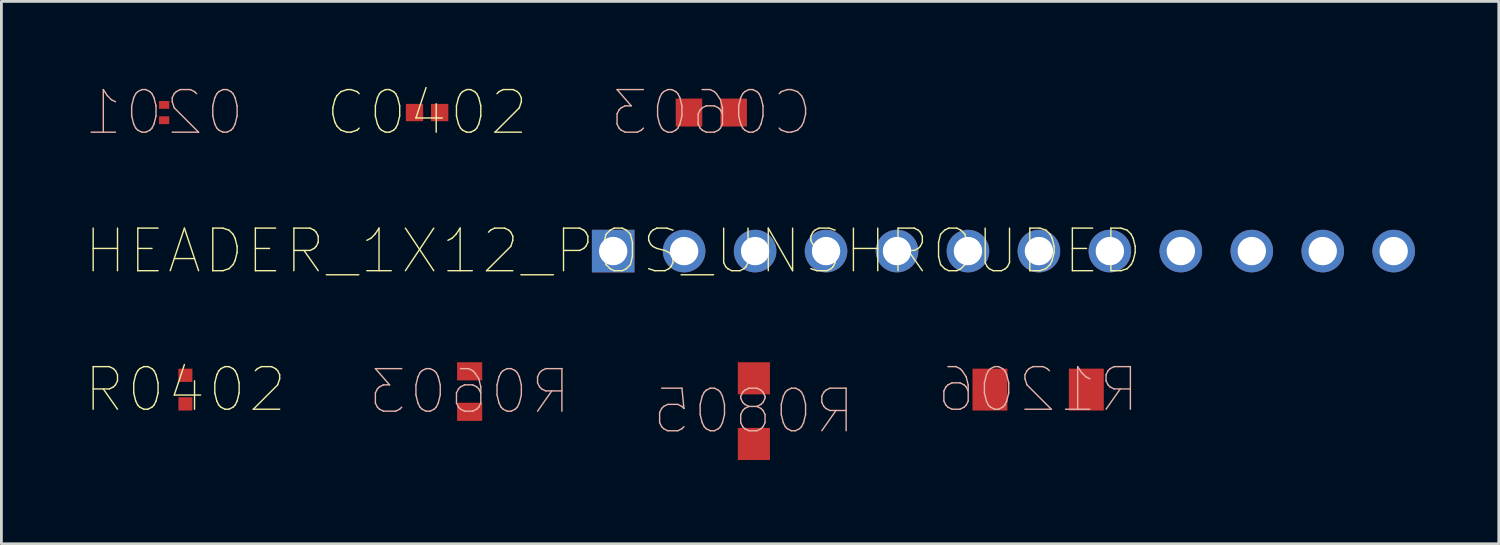
<source format=kicad_pcb>
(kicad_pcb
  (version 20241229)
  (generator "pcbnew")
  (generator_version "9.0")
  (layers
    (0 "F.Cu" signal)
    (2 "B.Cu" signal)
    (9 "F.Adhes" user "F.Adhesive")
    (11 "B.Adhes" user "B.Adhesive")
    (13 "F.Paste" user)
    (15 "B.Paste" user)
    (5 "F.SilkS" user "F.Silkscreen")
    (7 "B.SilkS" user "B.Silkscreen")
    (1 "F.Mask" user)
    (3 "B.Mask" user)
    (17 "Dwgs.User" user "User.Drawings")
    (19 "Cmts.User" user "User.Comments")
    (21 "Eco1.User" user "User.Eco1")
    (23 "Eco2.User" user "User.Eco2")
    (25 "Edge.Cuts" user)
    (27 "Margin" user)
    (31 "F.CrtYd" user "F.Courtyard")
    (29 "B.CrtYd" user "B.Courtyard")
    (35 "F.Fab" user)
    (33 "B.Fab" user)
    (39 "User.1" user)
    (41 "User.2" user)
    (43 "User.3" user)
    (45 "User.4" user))
  (footprint "HEADER_1X12_POS_UNSHROUDED"
    (layer "F.Cu")
    (at 18.9 5.938)
    (property "Reference" "HEADER_1X12_POS_UNSHROUDED" (at 0 0 0) (layer "F.SilkS") (effects (font (size 1.524 1.524) (thickness 0.05))))
    (attr smd)
    (pad "1" thru_hole rect (at 0 0) (size 1.524 1.524) (drill 1.016) (layers "*.Cu"))
    (pad "2" thru_hole circle (at 2.54 0) (size 1.524 1.524) (drill 1.016) (layers "*.Cu"))
    (pad "3" thru_hole circle (at 5.08 0) (size 1.524 1.524) (drill 1.016) (layers "*.Cu"))
    (pad "4" thru_hole circle (at 7.62 0) (size 1.524 1.524) (drill 1.016) (layers "*.Cu"))
    (pad "5" thru_hole circle (at 10.16 0) (size 1.524 1.524) (drill 1.016) (layers "*.Cu"))
    (pad "6" thru_hole circle (at 12.7 0) (size 1.524 1.524) (drill 1.016) (layers "*.Cu"))
    (pad "7" thru_hole circle (at 15.24 0) (size 1.524 1.524) (drill 1.016) (layers "*.Cu"))
    (pad "8" thru_hole circle (at 17.78 0) (size 1.524 1.524) (drill 1.016) (layers "*.Cu"))
    (pad "9" thru_hole circle (at 20.32 0) (size 1.524 1.524) (drill 1.016) (layers "*.Cu"))
    (pad "10" thru_hole circle (at 22.86 0) (size 1.524 1.524) (drill 1.016) (layers "*.Cu"))
    (pad "11" thru_hole circle (at 25.4 0) (size 1.524 1.524) (drill 1.016) (layers "*.Cu"))
    (pad "12" thru_hole circle (at 27.94 0) (size 1.524 1.524) (drill 1.016) (layers "*.Cu")))
  (footprint "R0805"
    (layer "F.Cu")
    (at 23.937 11.667)
    (property "Reference" "R0805" (at 0 0 0) (layer "B.SilkS") (effects (font (size 1.524 1.524) (thickness 0.05)) (justify mirror)))
    (attr smd)
    (pad "1" smd rect (at 0 1.175) (size 1.15 1.15) (layers "F.Cu"))
    (pad "2" smd rect (at 0 -1.175) (size 1.15 1.15) (layers "F.Cu")))
  (footprint "0201"
    (layer "F.Cu")
    (at 2.825 0.979)
    (property "Reference" "0201" (at 0 0 0) (layer "B.SilkS") (effects (font (size 1.524 1.524) (thickness 0.05)) (justify mirror)))
    (attr smd)
    (pad "1" smd rect (at 0 0.274 270) (size 0.28 0.37) (layers "F.Cu"))
    (pad "2" smd rect (at 0 -0.274 270) (size 0.28 0.37) (layers "F.Cu")))
  (footprint "R0402"
    (layer "F.Cu")
    (at 3.587 10.896)
    (property "Reference" "R0402" (at 0 0 0) (layer "F.SilkS") (effects (font (size 1.524 1.524) (thickness 0.05))))
    (attr smd)
    (pad "1" smd rect (at 0 -0.512) (size 0.5 0.475) (layers "F.Cu"))
    (pad "2" smd rect (at 0 0.512) (size 0.5 0.475) (layers "F.Cu")))
  (footprint "C0603"
    (layer "F.Cu")
    (at 22.413 0.979)
    (property "Reference" "C0603" (at 0 0 0) (layer "B.SilkS") (effects (font (size 1.524 1.524) (thickness 0.05)) (justify mirror)))
    (attr smd)
    (pad "1" smd rect (at -0.8 0 270) (size 1 0.95) (layers "F.Cu"))
    (pad "2" smd rect (at 0.8 0 270) (size 1 0.95) (layers "F.Cu")))
  (footprint "R1206"
    (layer "F.Cu")
    (at 34.112 10.896)
    (property "Reference" "R1206" (at 0 0 0) (layer "B.SilkS") (effects (font (size 1.524 1.524) (thickness 0.05)) (justify mirror)))
    (attr smd)
    (pad "1" smd rect (at -1.725 0 270) (size 1.5 1.25) (layers "F.Cu"))
    (pad "2" smd rect (at 1.725 0 270) (size 1.5 1.25) (layers "F.Cu")))
  (footprint "R0603"
    (layer "F.Cu")
    (at 13.762 10.967)
    (property "Reference" "R0603" (at 0 0 0) (layer "B.SilkS") (effects (font (size 1.524 1.524) (thickness 0.05)) (justify mirror)))
    (attr smd)
    (pad "1" smd rect (at 0 -0.725 180) (size 0.9 0.65) (layers "F.Cu"))
    (pad "2" smd rect (at 0 0.725 180) (size 0.9 0.65) (layers "F.Cu")))
  (footprint "C0402"
    (layer "F.Cu")
    (at 12.238 0.979)
    (property "Reference" "C0402" (at 0 0 0) (layer "F.SilkS") (effects (font (size 1.524 1.524) (thickness 0.05))))
    (attr smd)
    (pad "1" smd rect (at 0.45 0 270) (size 0.62 0.62) (layers "F.Cu"))
    (pad "2" smd rect (at -0.45 0 270) (size 0.62 0.62) (layers "F.Cu")))
  (gr_rect
    (start -3 -3)
    (end 50.602 16.417)
    (stroke (width 0.1) (type default))
    (fill no)
    (layer "Edge.Cuts")))
</source>
